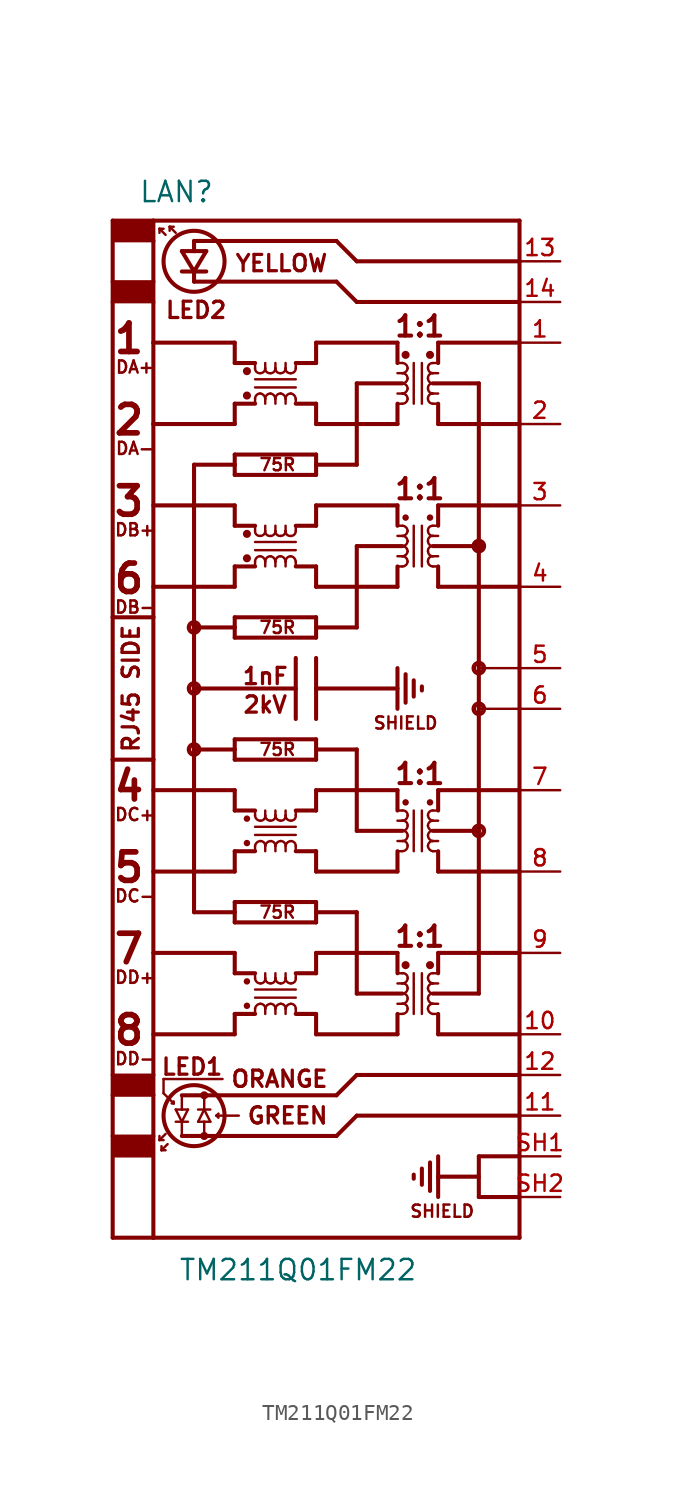
<source format=kicad_sym>
(kicad_symbol_lib
  (version 20211014)
  (generator kicad_symbol_editor)
  (symbol "TM211Q01FM22"
    (pin_names
      (offset 1.016) hide)
    (property "Reference" "LAN"
      (at -6.35 33.02 0)
      (effects (font (size 1.27 1.27)) (justify right top)))
    (property "Value" "TM211Q01FM22"
      (at 6.35 -34.29 0)
      (effects (font (size 1.27 1.27)) (justify right top)))
    (property "Datasheet" ""
      (at 0 0 0)
      (effects (font (size 1.524 1.524))))
    (symbol "TM211Q01FM22_1_0"
      (polyline (pts (xy -12.7 -33.02) (xy -10.16 -33.02)) (stroke (width 0.254) (type default) (color 0 0 0 0)) (fill (type none)))
      (polyline (pts (xy -12.7 -26.67) (xy -12.7 -33.02)) (stroke (width 0.254) (type default) (color 0 0 0 0)) (fill (type none)))
      (polyline (pts (xy -12.7 -24.13) (xy -12.7 -26.67)) (stroke (width 0.254) (type default) (color 0 0 0 0)) (fill (type none)))
      (polyline (pts (xy -12.7 -22.86) (xy -12.7 -24.13)) (stroke (width 0.254) (type default) (color 0 0 0 0)) (fill (type none)))
      (polyline (pts (xy -12.7 -22.86) (xy -10.16 -22.86)) (stroke (width 0) (type default) (color 0 0 0 0)) (fill (type none)))
      (polyline (pts (xy -12.7 -3.175) (xy -12.7 -22.86)) (stroke (width 0.254) (type default) (color 0 0 0 0)) (fill (type none)))
      (polyline (pts (xy -12.7 -3.175) (xy -10.16 -3.175)) (stroke (width 0.254) (type default) (color 0 0 0 0)) (fill (type none)))
      (polyline (pts (xy -12.7 5.715) (xy -12.7 -3.175)) (stroke (width 0.254) (type default) (color 0 0 0 0)) (fill (type none)))
      (polyline (pts (xy -12.7 5.715) (xy -10.16 5.715)) (stroke (width 0.254) (type default) (color 0 0 0 0)) (fill (type none)))
      (polyline (pts (xy -12.7 25.4) (xy -12.7 5.715)) (stroke (width 0.254) (type default) (color 0 0 0 0)) (fill (type none)))
      (polyline (pts (xy -12.7 26.67) (xy -12.7 25.4)) (stroke (width 0.254) (type default) (color 0 0 0 0)) (fill (type none)))
      (polyline (pts (xy -12.7 30.48) (xy -12.7 26.67)) (stroke (width 0.254) (type default) (color 0 0 0 0)) (fill (type none)))
      (polyline (pts (xy -10.16 -33.02) (xy -10.16 -26.67)) (stroke (width 0.254) (type default) (color 0 0 0 0)) (fill (type none)))
      (polyline (pts (xy -10.16 -26.67) (xy -12.7 -26.67)) (stroke (width 0) (type default) (color 0 0 0 0)) (fill (type none)))
      (polyline (pts (xy -10.16 -26.67) (xy -10.16 -24.13)) (stroke (width 0.254) (type default) (color 0 0 0 0)) (fill (type none)))
      (polyline (pts (xy -10.16 -24.13) (xy -12.7 -24.13)) (stroke (width 0) (type default) (color 0 0 0 0)) (fill (type none)))
      (polyline (pts (xy -10.16 -24.13) (xy -10.16 -22.86)) (stroke (width 0.254) (type default) (color 0 0 0 0)) (fill (type none)))
      (polyline (pts (xy -10.16 -22.86) (xy -10.16 -3.175)) (stroke (width 0.254) (type default) (color 0 0 0 0)) (fill (type none)))
      (polyline (pts (xy -10.16 -20.32) (xy -5.08 -20.32)) (stroke (width 0.254) (type default) (color 0 0 0 0)) (fill (type none)))
      (polyline (pts (xy -10.16 -15.24) (xy -5.08 -15.24)) (stroke (width 0.254) (type default) (color 0 0 0 0)) (fill (type none)))
      (polyline (pts (xy -10.16 -10.16) (xy -5.08 -10.16)) (stroke (width 0.254) (type default) (color 0 0 0 0)) (fill (type none)))
      (polyline (pts (xy -10.16 -5.08) (xy -5.08 -5.08)) (stroke (width 0.254) (type default) (color 0 0 0 0)) (fill (type none)))
      (polyline (pts (xy -10.16 -3.175) (xy -10.16 5.715)) (stroke (width 0.254) (type default) (color 0 0 0 0)) (fill (type none)))
      (polyline (pts (xy -10.16 5.715) (xy -10.16 17.78)) (stroke (width 0.254) (type default) (color 0 0 0 0)) (fill (type none)))
      (polyline (pts (xy -10.16 7.62) (xy -5.08 7.62)) (stroke (width 0.254) (type default) (color 0 0 0 0)) (fill (type none)))
      (polyline (pts (xy -10.16 12.7) (xy -5.08 12.7)) (stroke (width 0.254) (type default) (color 0 0 0 0)) (fill (type none)))
      (polyline (pts (xy -10.16 17.78) (xy -10.16 22.86)) (stroke (width 0.254) (type default) (color 0 0 0 0)) (fill (type none)))
      (polyline (pts (xy -10.16 17.78) (xy -5.08 17.78)) (stroke (width 0.254) (type default) (color 0 0 0 0)) (fill (type none)))
      (polyline (pts (xy -10.16 22.86) (xy -10.16 25.4)) (stroke (width 0.254) (type default) (color 0 0 0 0)) (fill (type none)))
      (polyline (pts (xy -10.16 22.86) (xy -5.08 22.86)) (stroke (width 0.254) (type default) (color 0 0 0 0)) (fill (type none)))
      (polyline (pts (xy -10.16 25.4) (xy -12.7 25.4)) (stroke (width 0) (type default) (color 0 0 0 0)) (fill (type none)))
      (polyline (pts (xy -10.16 25.4) (xy -10.16 26.67)) (stroke (width 0.254) (type default) (color 0 0 0 0)) (fill (type none)))
      (polyline (pts (xy -10.16 26.67) (xy -12.7 26.67)) (stroke (width 0) (type default) (color 0 0 0 0)) (fill (type none)))
      (polyline (pts (xy -10.16 26.67) (xy -10.16 29.21)) (stroke (width 0.254) (type default) (color 0 0 0 0)) (fill (type none)))
      (polyline (pts (xy -10.16 29.21) (xy -12.7 29.21)) (stroke (width 0) (type default) (color 0 0 0 0)) (fill (type none)))
      (polyline (pts (xy -10.16 29.21) (xy -10.16 30.48)) (stroke (width 0.254) (type default) (color 0 0 0 0)) (fill (type none)))
      (polyline (pts (xy -10.16 30.48) (xy -12.7 30.48)) (stroke (width 0.254) (type default) (color 0 0 0 0)) (fill (type none)))
      (polyline (pts (xy -10.16 30.48) (xy 12.7 30.48)) (stroke (width 0.254) (type default) (color 0 0 0 0)) (fill (type none)))
      (polyline (pts (xy -9.779 -26.924) (xy -9.779 -26.67)) (stroke (width 0) (type default) (color 0 0 0 0)) (fill (type none)))
      (polyline (pts (xy -9.779 -26.924) (xy -9.525 -26.924)) (stroke (width 0) (type default) (color 0 0 0 0)) (fill (type none)))
      (polyline (pts (xy -9.779 29.972) (xy -9.779 29.718)) (stroke (width 0) (type default) (color 0 0 0 0)) (fill (type none)))
      (polyline (pts (xy -9.652 -27.559) (xy -9.398 -27.559)) (stroke (width 0) (type default) (color 0 0 0 0)) (fill (type none)))
      (polyline (pts (xy -9.652 -27.305) (xy -9.652 -27.559)) (stroke (width 0) (type default) (color 0 0 0 0)) (fill (type none)))
      (polyline (pts (xy -9.525 -24.003) (xy -9.525 -23.114)) (stroke (width 0) (type default) (color 0 0 0 0)) (fill (type none)))
      (polyline (pts (xy -9.525 -23.114) (xy -5.842 -23.114)) (stroke (width 0) (type default) (color 0 0 0 0)) (fill (type none)))
      (polyline (pts (xy -9.525 29.972) (xy -9.779 29.972)) (stroke (width 0) (type default) (color 0 0 0 0)) (fill (type none)))
      (polyline (pts (xy -9.398 -26.543) (xy -9.779 -26.924)) (stroke (width 0) (type default) (color 0 0 0 0)) (fill (type none)))
      (polyline (pts (xy -9.398 29.591) (xy -9.779 29.972)) (stroke (width 0) (type default) (color 0 0 0 0)) (fill (type none)))
      (polyline (pts (xy -9.271 -27.178) (xy -9.652 -27.559)) (stroke (width 0) (type default) (color 0 0 0 0)) (fill (type none)))
      (polyline (pts (xy -9.144 30.099) (xy -9.144 29.845)) (stroke (width 0) (type default) (color 0 0 0 0)) (fill (type none)))
      (polyline (pts (xy -9.144 30.099) (xy -8.89 30.099)) (stroke (width 0) (type default) (color 0 0 0 0)) (fill (type none)))
      (polyline (pts (xy -8.89 -24.638) (xy -9.525 -24.003)) (stroke (width 0) (type default) (color 0 0 0 0)) (fill (type none)))
      (polyline (pts (xy -8.89 -24.638) (xy -9.017 -24.638)) (stroke (width 0) (type default) (color 0 0 0 0)) (fill (type none)))
      (polyline (pts (xy -8.89 -24.511) (xy -8.89 -24.638)) (stroke (width 0) (type default) (color 0 0 0 0)) (fill (type none)))
      (polyline (pts (xy -8.763 -25.781) (xy -8.382 -25.781)) (stroke (width 0) (type default) (color 0 0 0 0)) (fill (type none)))
      (polyline (pts (xy -8.763 -25.019) (xy -8.382 -25.781)) (stroke (width 0) (type default) (color 0 0 0 0)) (fill (type none)))
      (polyline (pts (xy -8.763 -25.019) (xy -8.382 -25.019)) (stroke (width 0) (type default) (color 0 0 0 0)) (fill (type none)))
      (polyline (pts (xy -8.763 29.718) (xy -9.144 30.099)) (stroke (width 0) (type default) (color 0 0 0 0)) (fill (type none)))
      (polyline (pts (xy -8.382 -26.67) (xy -6.985 -26.67)) (stroke (width 0.254) (type default) (color 0 0 0 0)) (fill (type none)))
      (polyline (pts (xy -8.382 -25.781) (xy -8.382 -26.67)) (stroke (width 0) (type default) (color 0 0 0 0)) (fill (type none)))
      (polyline (pts (xy -8.382 -25.781) (xy -8.001 -25.781)) (stroke (width 0) (type default) (color 0 0 0 0)) (fill (type none)))
      (polyline (pts (xy -8.382 -25.781) (xy -8.001 -25.019)) (stroke (width 0) (type default) (color 0 0 0 0)) (fill (type none)))
      (polyline (pts (xy -8.382 -25.019) (xy -8.382 -24.13)) (stroke (width 0) (type default) (color 0 0 0 0)) (fill (type none)))
      (polyline (pts (xy -8.382 -25.019) (xy -8.001 -25.019)) (stroke (width 0) (type default) (color 0 0 0 0)) (fill (type none)))
      (polyline (pts (xy -8.382 -24.13) (xy -6.985 -24.13)) (stroke (width 0.254) (type default) (color 0 0 0 0)) (fill (type none)))
      (polyline (pts (xy -7.62 -12.7) (xy -7.62 -2.54)) (stroke (width 0.254) (type default) (color 0 0 0 0)) (fill (type none)))
      (polyline (pts (xy -7.62 -2.54) (xy -7.62 1.27)) (stroke (width 0.254) (type default) (color 0 0 0 0)) (fill (type none)))
      (polyline (pts (xy -7.62 1.27) (xy -7.62 5.08)) (stroke (width 0.254) (type default) (color 0 0 0 0)) (fill (type none)))
      (polyline (pts (xy -7.62 1.27) (xy -1.27 1.27)) (stroke (width 0.254) (type default) (color 0 0 0 0)) (fill (type none)))
      (polyline (pts (xy -7.62 15.24) (xy -7.62 5.08)) (stroke (width 0.254) (type default) (color 0 0 0 0)) (fill (type none)))
      (polyline (pts (xy -7.62 26.67) (xy 1.27 26.67)) (stroke (width 0.254) (type default) (color 0 0 0 0)) (fill (type none)))
      (polyline (pts (xy -7.62 27.305) (xy -8.382 27.305)) (stroke (width 0.254) (type default) (color 0 0 0 0)) (fill (type none)))
      (polyline (pts (xy -7.62 27.305) (xy -8.382 28.575)) (stroke (width 0.254) (type default) (color 0 0 0 0)) (fill (type none)))
      (polyline (pts (xy -7.62 27.305) (xy -7.62 26.67)) (stroke (width 0.254) (type default) (color 0 0 0 0)) (fill (type none)))
      (polyline (pts (xy -7.62 28.575) (xy -8.382 28.575)) (stroke (width 0.254) (type default) (color 0 0 0 0)) (fill (type none)))
      (polyline (pts (xy -7.62 28.575) (xy -7.62 29.21)) (stroke (width 0.254) (type default) (color 0 0 0 0)) (fill (type none)))
      (polyline (pts (xy -7.62 29.21) (xy 1.27 29.21)) (stroke (width 0.254) (type default) (color 0 0 0 0)) (fill (type none)))
      (polyline (pts (xy -7.366 -25.781) (xy -6.985 -25.781)) (stroke (width 0) (type default) (color 0 0 0 0)) (fill (type none)))
      (polyline (pts (xy -7.366 -25.781) (xy -6.985 -25.019)) (stroke (width 0) (type default) (color 0 0 0 0)) (fill (type none)))
      (polyline (pts (xy -7.366 -25.019) (xy -6.985 -25.019)) (stroke (width 0) (type default) (color 0 0 0 0)) (fill (type none)))
      (polyline (pts (xy -6.985 -26.67) (xy 1.27 -26.67)) (stroke (width 0.254) (type default) (color 0 0 0 0)) (fill (type none)))
      (polyline (pts (xy -6.985 -25.781) (xy -6.985 -26.67)) (stroke (width 0) (type default) (color 0 0 0 0)) (fill (type none)))
      (polyline (pts (xy -6.985 -25.781) (xy -6.604 -25.781)) (stroke (width 0) (type default) (color 0 0 0 0)) (fill (type none)))
      (polyline (pts (xy -6.985 -25.019) (xy -6.985 -24.13)) (stroke (width 0) (type default) (color 0 0 0 0)) (fill (type none)))
      (polyline (pts (xy -6.985 -25.019) (xy -6.604 -25.781)) (stroke (width 0) (type default) (color 0 0 0 0)) (fill (type none)))
      (polyline (pts (xy -6.985 -25.019) (xy -6.604 -25.019)) (stroke (width 0) (type default) (color 0 0 0 0)) (fill (type none)))
      (polyline (pts (xy -6.985 -24.13) (xy 1.27 -24.13)) (stroke (width 0.254) (type default) (color 0 0 0 0)) (fill (type none)))
      (polyline (pts (xy -6.858 27.305) (xy -7.62 27.305)) (stroke (width 0.254) (type default) (color 0 0 0 0)) (fill (type none)))
      (polyline (pts (xy -6.858 28.575) (xy -7.62 27.305)) (stroke (width 0.254) (type default) (color 0 0 0 0)) (fill (type none)))
      (polyline (pts (xy -6.858 28.575) (xy -7.62 28.575)) (stroke (width 0.254) (type default) (color 0 0 0 0)) (fill (type none)))
      (polyline (pts (xy -6.223 -25.4) (xy -6.096 -25.527)) (stroke (width 0) (type default) (color 0 0 0 0)) (fill (type none)))
      (polyline (pts (xy -6.223 -25.4) (xy -4.826 -25.4)) (stroke (width 0) (type default) (color 0 0 0 0)) (fill (type none)))
      (polyline (pts (xy -6.096 -25.273) (xy -6.223 -25.4)) (stroke (width 0) (type default) (color 0 0 0 0)) (fill (type none)))
      (polyline (pts (xy -5.08 -20.32) (xy -5.08 -19.05)) (stroke (width 0.254) (type default) (color 0 0 0 0)) (fill (type none)))
      (polyline (pts (xy -5.08 -19.05) (xy -3.81 -19.05)) (stroke (width 0.254) (type default) (color 0 0 0 0)) (fill (type none)))
      (polyline (pts (xy -5.08 -16.51) (xy -3.81 -16.51)) (stroke (width 0.254) (type default) (color 0 0 0 0)) (fill (type none)))
      (polyline (pts (xy -5.08 -15.24) (xy -5.08 -16.51)) (stroke (width 0.254) (type default) (color 0 0 0 0)) (fill (type none)))
      (polyline (pts (xy -5.08 -13.335) (xy -5.08 -12.7)) (stroke (width 0.254) (type default) (color 0 0 0 0)) (fill (type none)))
      (polyline (pts (xy -5.08 -12.7) (xy -7.62 -12.7)) (stroke (width 0.254) (type default) (color 0 0 0 0)) (fill (type none)))
      (polyline (pts (xy -5.08 -12.7) (xy -5.08 -12.065)) (stroke (width 0.254) (type default) (color 0 0 0 0)) (fill (type none)))
      (polyline (pts (xy -5.08 -12.065) (xy 0 -12.065)) (stroke (width 0.254) (type default) (color 0 0 0 0)) (fill (type none)))
      (polyline (pts (xy -5.08 -10.16) (xy -5.08 -8.89)) (stroke (width 0.254) (type default) (color 0 0 0 0)) (fill (type none)))
      (polyline (pts (xy -5.08 -8.89) (xy -3.81 -8.89)) (stroke (width 0.254) (type default) (color 0 0 0 0)) (fill (type none)))
      (polyline (pts (xy -5.08 -6.35) (xy -3.81 -6.35)) (stroke (width 0.254) (type default) (color 0 0 0 0)) (fill (type none)))
      (polyline (pts (xy -5.08 -5.08) (xy -5.08 -6.35)) (stroke (width 0.254) (type default) (color 0 0 0 0)) (fill (type none)))
      (polyline (pts (xy -5.08 -3.175) (xy -5.08 -2.54)) (stroke (width 0.254) (type default) (color 0 0 0 0)) (fill (type none)))
      (polyline (pts (xy -5.08 -2.54) (xy -7.62 -2.54)) (stroke (width 0.254) (type default) (color 0 0 0 0)) (fill (type none)))
      (polyline (pts (xy -5.08 -2.54) (xy -5.08 -1.905)) (stroke (width 0.254) (type default) (color 0 0 0 0)) (fill (type none)))
      (polyline (pts (xy -5.08 -1.905) (xy 0 -1.905)) (stroke (width 0.254) (type default) (color 0 0 0 0)) (fill (type none)))
      (polyline (pts (xy -5.08 4.445) (xy -5.08 5.08)) (stroke (width 0.254) (type default) (color 0 0 0 0)) (fill (type none)))
      (polyline (pts (xy -5.08 5.08) (xy -7.62 5.08)) (stroke (width 0.254) (type default) (color 0 0 0 0)) (fill (type none)))
      (polyline (pts (xy -5.08 5.08) (xy -5.08 5.715)) (stroke (width 0.254) (type default) (color 0 0 0 0)) (fill (type none)))
      (polyline (pts (xy -5.08 5.715) (xy 0 5.715)) (stroke (width 0.254) (type default) (color 0 0 0 0)) (fill (type none)))
      (polyline (pts (xy -5.08 7.62) (xy -5.08 8.89)) (stroke (width 0.254) (type default) (color 0 0 0 0)) (fill (type none)))
      (polyline (pts (xy -5.08 8.89) (xy -3.81 8.89)) (stroke (width 0.254) (type default) (color 0 0 0 0)) (fill (type none)))
      (polyline (pts (xy -5.08 11.43) (xy -3.81 11.43)) (stroke (width 0.254) (type default) (color 0 0 0 0)) (fill (type none)))
      (polyline (pts (xy -5.08 12.7) (xy -5.08 11.43)) (stroke (width 0.254) (type default) (color 0 0 0 0)) (fill (type none)))
      (polyline (pts (xy -5.08 14.605) (xy -5.08 15.24)) (stroke (width 0.254) (type default) (color 0 0 0 0)) (fill (type none)))
      (polyline (pts (xy -5.08 15.24) (xy -7.62 15.24)) (stroke (width 0.254) (type default) (color 0 0 0 0)) (fill (type none)))
      (polyline (pts (xy -5.08 15.24) (xy -5.08 15.875)) (stroke (width 0.254) (type default) (color 0 0 0 0)) (fill (type none)))
      (polyline (pts (xy -5.08 15.875) (xy 0 15.875)) (stroke (width 0.254) (type default) (color 0 0 0 0)) (fill (type none)))
      (polyline (pts (xy -5.08 17.78) (xy -5.08 19.05)) (stroke (width 0.254) (type default) (color 0 0 0 0)) (fill (type none)))
      (polyline (pts (xy -5.08 19.05) (xy -3.81 19.05)) (stroke (width 0.254) (type default) (color 0 0 0 0)) (fill (type none)))
      (polyline (pts (xy -5.08 21.59) (xy -3.81 21.59)) (stroke (width 0.254) (type default) (color 0 0 0 0)) (fill (type none)))
      (polyline (pts (xy -5.08 22.86) (xy -5.08 21.59)) (stroke (width 0.254) (type default) (color 0 0 0 0)) (fill (type none)))
      (polyline (pts (xy -3.81 -19.05) (xy -3.81 -18.72)) (stroke (width 0) (type default) (color 0 0 0 0)) (fill (type none)))
      (polyline (pts (xy -3.81 -18.034) (xy -1.27 -18.034)) (stroke (width 0) (type default) (color 0 0 0 0)) (fill (type none)))
      (polyline (pts (xy -3.81 -17.526) (xy -1.27 -17.526)) (stroke (width 0) (type default) (color 0 0 0 0)) (fill (type none)))
      (polyline (pts (xy -3.81 -16.51) (xy -3.81 -16.815)) (stroke (width 0) (type default) (color 0 0 0 0)) (fill (type none)))
      (polyline (pts (xy -3.81 -8.89) (xy -3.81 -8.56)) (stroke (width 0) (type default) (color 0 0 0 0)) (fill (type none)))
      (polyline (pts (xy -3.81 -7.874) (xy -1.27 -7.874)) (stroke (width 0) (type default) (color 0 0 0 0)) (fill (type none)))
      (polyline (pts (xy -3.81 -7.366) (xy -1.27 -7.366)) (stroke (width 0) (type default) (color 0 0 0 0)) (fill (type none)))
      (polyline (pts (xy -3.81 -6.35) (xy -3.81 -6.655)) (stroke (width 0) (type default) (color 0 0 0 0)) (fill (type none)))
      (polyline (pts (xy -3.81 8.89) (xy -3.81 9.195)) (stroke (width 0) (type default) (color 0 0 0 0)) (fill (type none)))
      (polyline (pts (xy -3.81 9.906) (xy -1.27 9.906)) (stroke (width 0) (type default) (color 0 0 0 0)) (fill (type none)))
      (polyline (pts (xy -3.81 10.414) (xy -1.27 10.414)) (stroke (width 0) (type default) (color 0 0 0 0)) (fill (type none)))
      (polyline (pts (xy -3.81 11.43) (xy -3.81 11.1)) (stroke (width 0) (type default) (color 0 0 0 0)) (fill (type none)))
      (polyline (pts (xy -3.81 19.05) (xy -3.81 19.355)) (stroke (width 0) (type default) (color 0 0 0 0)) (fill (type none)))
      (polyline (pts (xy -3.81 20.066) (xy -1.27 20.066)) (stroke (width 0) (type default) (color 0 0 0 0)) (fill (type none)))
      (polyline (pts (xy -3.81 20.574) (xy -1.27 20.574)) (stroke (width 0) (type default) (color 0 0 0 0)) (fill (type none)))
      (polyline (pts (xy -3.81 21.59) (xy -3.81 21.26)) (stroke (width 0) (type default) (color 0 0 0 0)) (fill (type none)))
      (polyline (pts (xy -3.175 -19.05) (xy -3.175 -18.72)) (stroke (width 0) (type default) (color 0 0 0 0)) (fill (type none)))
      (polyline (pts (xy -3.175 -16.51) (xy -3.175 -16.815)) (stroke (width 0) (type default) (color 0 0 0 0)) (fill (type none)))
      (polyline (pts (xy -3.175 -8.89) (xy -3.175 -8.56)) (stroke (width 0) (type default) (color 0 0 0 0)) (fill (type none)))
      (polyline (pts (xy -3.175 -6.35) (xy -3.175 -6.655)) (stroke (width 0) (type default) (color 0 0 0 0)) (fill (type none)))
      (polyline (pts (xy -3.175 8.89) (xy -3.175 9.195)) (stroke (width 0) (type default) (color 0 0 0 0)) (fill (type none)))
      (polyline (pts (xy -3.175 11.43) (xy -3.175 11.1)) (stroke (width 0) (type default) (color 0 0 0 0)) (fill (type none)))
      (polyline (pts (xy -3.175 19.05) (xy -3.175 19.355)) (stroke (width 0) (type default) (color 0 0 0 0)) (fill (type none)))
      (polyline (pts (xy -3.175 21.59) (xy -3.175 21.26)) (stroke (width 0) (type default) (color 0 0 0 0)) (fill (type none)))
      (polyline (pts (xy -2.54 -19.05) (xy -2.54 -18.72)) (stroke (width 0) (type default) (color 0 0 0 0)) (fill (type none)))
      (polyline (pts (xy -2.54 -16.51) (xy -2.54 -16.815)) (stroke (width 0) (type default) (color 0 0 0 0)) (fill (type none)))
      (polyline (pts (xy -2.54 -8.89) (xy -2.54 -8.56)) (stroke (width 0) (type default) (color 0 0 0 0)) (fill (type none)))
      (polyline (pts (xy -2.54 -6.35) (xy -2.54 -6.655)) (stroke (width 0) (type default) (color 0 0 0 0)) (fill (type none)))
      (polyline (pts (xy -2.54 8.89) (xy -2.54 9.195)) (stroke (width 0) (type default) (color 0 0 0 0)) (fill (type none)))
      (polyline (pts (xy -2.54 11.43) (xy -2.54 11.1)) (stroke (width 0) (type default) (color 0 0 0 0)) (fill (type none)))
      (polyline (pts (xy -2.54 19.05) (xy -2.54 19.355)) (stroke (width 0) (type default) (color 0 0 0 0)) (fill (type none)))
      (polyline (pts (xy -2.54 21.59) (xy -2.54 21.26)) (stroke (width 0) (type default) (color 0 0 0 0)) (fill (type none)))
      (polyline (pts (xy -1.905 -19.05) (xy -1.905 -18.72)) (stroke (width 0) (type default) (color 0 0 0 0)) (fill (type none)))
      (polyline (pts (xy -1.905 -16.51) (xy -1.905 -16.815)) (stroke (width 0) (type default) (color 0 0 0 0)) (fill (type none)))
      (polyline (pts (xy -1.905 -8.89) (xy -1.905 -8.56)) (stroke (width 0) (type default) (color 0 0 0 0)) (fill (type none)))
      (polyline (pts (xy -1.905 -6.35) (xy -1.905 -6.655)) (stroke (width 0) (type default) (color 0 0 0 0)) (fill (type none)))
      (polyline (pts (xy -1.905 8.89) (xy -1.905 9.195)) (stroke (width 0) (type default) (color 0 0 0 0)) (fill (type none)))
      (polyline (pts (xy -1.905 11.43) (xy -1.905 11.1)) (stroke (width 0) (type default) (color 0 0 0 0)) (fill (type none)))
      (polyline (pts (xy -1.905 19.05) (xy -1.905 19.355)) (stroke (width 0) (type default) (color 0 0 0 0)) (fill (type none)))
      (polyline (pts (xy -1.905 21.59) (xy -1.905 21.26)) (stroke (width 0) (type default) (color 0 0 0 0)) (fill (type none)))
      (polyline (pts (xy -1.27 -18.72) (xy -1.27 -19.05)) (stroke (width 0) (type default) (color 0 0 0 0)) (fill (type none)))
      (polyline (pts (xy -1.27 -16.815) (xy -1.27 -16.51)) (stroke (width 0) (type default) (color 0 0 0 0)) (fill (type none)))
      (polyline (pts (xy -1.27 -8.56) (xy -1.27 -8.89)) (stroke (width 0) (type default) (color 0 0 0 0)) (fill (type none)))
      (polyline (pts (xy -1.27 -6.655) (xy -1.27 -6.35)) (stroke (width 0) (type default) (color 0 0 0 0)) (fill (type none)))
      (polyline (pts (xy -1.27 3.175) (xy -1.27 -0.635)) (stroke (width 0.254) (type default) (color 0 0 0 0)) (fill (type none)))
      (polyline (pts (xy -1.27 9.195) (xy -1.27 8.89)) (stroke (width 0) (type default) (color 0 0 0 0)) (fill (type none)))
      (polyline (pts (xy -1.27 11.1) (xy -1.27 11.43)) (stroke (width 0) (type default) (color 0 0 0 0)) (fill (type none)))
      (polyline (pts (xy -1.27 19.355) (xy -1.27 19.05)) (stroke (width 0) (type default) (color 0 0 0 0)) (fill (type none)))
      (polyline (pts (xy -1.27 21.26) (xy -1.27 21.59)) (stroke (width 0) (type default) (color 0 0 0 0)) (fill (type none)))
      (polyline (pts (xy 0 -20.32) (xy 5.08 -20.32)) (stroke (width 0.254) (type default) (color 0 0 0 0)) (fill (type none)))
      (polyline (pts (xy 0 -19.05) (xy -1.27 -19.05)) (stroke (width 0.254) (type default) (color 0 0 0 0)) (fill (type none)))
      (polyline (pts (xy 0 -19.05) (xy 0 -20.32)) (stroke (width 0.254) (type default) (color 0 0 0 0)) (fill (type none)))
      (polyline (pts (xy 0 -16.51) (xy -1.27 -16.51)) (stroke (width 0.254) (type default) (color 0 0 0 0)) (fill (type none)))
      (polyline (pts (xy 0 -16.51) (xy 0 -15.24)) (stroke (width 0.254) (type default) (color 0 0 0 0)) (fill (type none)))
      (polyline (pts (xy 0 -15.24) (xy 5.08 -15.24)) (stroke (width 0.254) (type default) (color 0 0 0 0)) (fill (type none)))
      (polyline (pts (xy 0 -13.335) (xy -5.08 -13.335)) (stroke (width 0.254) (type default) (color 0 0 0 0)) (fill (type none)))
      (polyline (pts (xy 0 -12.065) (xy 0 -13.335)) (stroke (width 0.254) (type default) (color 0 0 0 0)) (fill (type none)))
      (polyline (pts (xy 0 -10.16) (xy 5.08 -10.16)) (stroke (width 0.254) (type default) (color 0 0 0 0)) (fill (type none)))
      (polyline (pts (xy 0 -8.89) (xy -1.27 -8.89)) (stroke (width 0.254) (type default) (color 0 0 0 0)) (fill (type none)))
      (polyline (pts (xy 0 -8.89) (xy 0 -10.16)) (stroke (width 0.254) (type default) (color 0 0 0 0)) (fill (type none)))
      (polyline (pts (xy 0 -6.35) (xy -1.27 -6.35)) (stroke (width 0.254) (type default) (color 0 0 0 0)) (fill (type none)))
      (polyline (pts (xy 0 -6.35) (xy 0 -5.08)) (stroke (width 0.254) (type default) (color 0 0 0 0)) (fill (type none)))
      (polyline (pts (xy 0 -5.08) (xy 5.08 -5.08)) (stroke (width 0.254) (type default) (color 0 0 0 0)) (fill (type none)))
      (polyline (pts (xy 0 -3.175) (xy -5.08 -3.175)) (stroke (width 0.254) (type default) (color 0 0 0 0)) (fill (type none)))
      (polyline (pts (xy 0 -1.905) (xy 0 -3.175)) (stroke (width 0.254) (type default) (color 0 0 0 0)) (fill (type none)))
      (polyline (pts (xy 0 1.27) (xy 0 -0.635)) (stroke (width 0.254) (type default) (color 0 0 0 0)) (fill (type none)))
      (polyline (pts (xy 0 1.27) (xy 5.08 1.27)) (stroke (width 0.254) (type default) (color 0 0 0 0)) (fill (type none)))
      (polyline (pts (xy 0 3.175) (xy 0 1.27)) (stroke (width 0.254) (type default) (color 0 0 0 0)) (fill (type none)))
      (polyline (pts (xy 0 4.445) (xy -5.08 4.445)) (stroke (width 0.254) (type default) (color 0 0 0 0)) (fill (type none)))
      (polyline (pts (xy 0 5.715) (xy 0 4.445)) (stroke (width 0.254) (type default) (color 0 0 0 0)) (fill (type none)))
      (polyline (pts (xy 0 7.62) (xy 5.08 7.62)) (stroke (width 0.254) (type default) (color 0 0 0 0)) (fill (type none)))
      (polyline (pts (xy 0 8.89) (xy -1.27 8.89)) (stroke (width 0.254) (type default) (color 0 0 0 0)) (fill (type none)))
      (polyline (pts (xy 0 8.89) (xy 0 7.62)) (stroke (width 0.254) (type default) (color 0 0 0 0)) (fill (type none)))
      (polyline (pts (xy 0 11.43) (xy -1.27 11.43)) (stroke (width 0.254) (type default) (color 0 0 0 0)) (fill (type none)))
      (polyline (pts (xy 0 11.43) (xy 0 12.7)) (stroke (width 0.254) (type default) (color 0 0 0 0)) (fill (type none)))
      (polyline (pts (xy 0 12.7) (xy 5.08 12.7)) (stroke (width 0.254) (type default) (color 0 0 0 0)) (fill (type none)))
      (polyline (pts (xy 0 14.605) (xy -5.08 14.605)) (stroke (width 0.254) (type default) (color 0 0 0 0)) (fill (type none)))
      (polyline (pts (xy 0 15.875) (xy 0 14.605)) (stroke (width 0.254) (type default) (color 0 0 0 0)) (fill (type none)))
      (polyline (pts (xy 0 17.78) (xy 5.08 17.78)) (stroke (width 0.254) (type default) (color 0 0 0 0)) (fill (type none)))
      (polyline (pts (xy 0 19.05) (xy -1.27 19.05)) (stroke (width 0.254) (type default) (color 0 0 0 0)) (fill (type none)))
      (polyline (pts (xy 0 19.05) (xy 0 17.78)) (stroke (width 0.254) (type default) (color 0 0 0 0)) (fill (type none)))
      (polyline (pts (xy 0 21.59) (xy -1.27 21.59)) (stroke (width 0.254) (type default) (color 0 0 0 0)) (fill (type none)))
      (polyline (pts (xy 0 21.59) (xy 0 22.86)) (stroke (width 0.254) (type default) (color 0 0 0 0)) (fill (type none)))
      (polyline (pts (xy 0 22.86) (xy 5.08 22.86)) (stroke (width 0.254) (type default) (color 0 0 0 0)) (fill (type none)))
      (polyline (pts (xy 1.27 -26.67) (xy 2.54 -25.4)) (stroke (width 0.254) (type default) (color 0 0 0 0)) (fill (type none)))
      (polyline (pts (xy 1.27 -24.13) (xy 2.54 -22.86)) (stroke (width 0.254) (type default) (color 0 0 0 0)) (fill (type none)))
      (polyline (pts (xy 1.27 26.67) (xy 2.54 25.4)) (stroke (width 0.254) (type default) (color 0 0 0 0)) (fill (type none)))
      (polyline (pts (xy 1.27 29.21) (xy 2.54 27.94)) (stroke (width 0.254) (type default) (color 0 0 0 0)) (fill (type none)))
      (polyline (pts (xy 2.54 -25.4) (xy 12.7 -25.4)) (stroke (width 0.254) (type default) (color 0 0 0 0)) (fill (type none)))
      (polyline (pts (xy 2.54 -22.86) (xy 12.7 -22.86)) (stroke (width 0.254) (type default) (color 0 0 0 0)) (fill (type none)))
      (polyline (pts (xy 2.54 -17.78) (xy 2.54 -12.7)) (stroke (width 0.254) (type default) (color 0 0 0 0)) (fill (type none)))
      (polyline (pts (xy 2.54 -12.7) (xy 0 -12.7)) (stroke (width 0.254) (type default) (color 0 0 0 0)) (fill (type none)))
      (polyline (pts (xy 2.54 -7.62) (xy 2.54 -2.54)) (stroke (width 0.254) (type default) (color 0 0 0 0)) (fill (type none)))
      (polyline (pts (xy 2.54 -2.54) (xy 0 -2.54)) (stroke (width 0.254) (type default) (color 0 0 0 0)) (fill (type none)))
      (polyline (pts (xy 2.54 5.08) (xy 0 5.08)) (stroke (width 0.254) (type default) (color 0 0 0 0)) (fill (type none)))
      (polyline (pts (xy 2.54 10.16) (xy 2.54 5.08)) (stroke (width 0.254) (type default) (color 0 0 0 0)) (fill (type none)))
      (polyline (pts (xy 2.54 15.24) (xy 0 15.24)) (stroke (width 0.254) (type default) (color 0 0 0 0)) (fill (type none)))
      (polyline (pts (xy 2.54 20.32) (xy 2.54 15.24)) (stroke (width 0.254) (type default) (color 0 0 0 0)) (fill (type none)))
      (polyline (pts (xy 2.54 25.4) (xy 12.7 25.4)) (stroke (width 0.254) (type default) (color 0 0 0 0)) (fill (type none)))
      (polyline (pts (xy 2.54 27.94) (xy 12.7 27.94)) (stroke (width 0.254) (type default) (color 0 0 0 0)) (fill (type none)))
      (polyline (pts (xy 5.08 -20.32) (xy 5.08 -19.05)) (stroke (width 0.254) (type default) (color 0 0 0 0)) (fill (type none)))
      (polyline (pts (xy 5.08 -18.415) (xy 5.385 -18.415)) (stroke (width 0) (type default) (color 0 0 0 0)) (fill (type none)))
      (polyline (pts (xy 5.08 -17.145) (xy 5.385 -17.145)) (stroke (width 0) (type default) (color 0 0 0 0)) (fill (type none)))
      (polyline (pts (xy 5.08 -16.51) (xy 5.385 -16.51)) (stroke (width 0) (type default) (color 0 0 0 0)) (fill (type none)))
      (polyline (pts (xy 5.08 -15.24) (xy 5.08 -16.51)) (stroke (width 0.254) (type default) (color 0 0 0 0)) (fill (type none)))
      (polyline (pts (xy 5.08 -10.16) (xy 5.08 -8.89)) (stroke (width 0.254) (type default) (color 0 0 0 0)) (fill (type none)))
      (polyline (pts (xy 5.08 -8.255) (xy 5.385 -8.255)) (stroke (width 0) (type default) (color 0 0 0 0)) (fill (type none)))
      (polyline (pts (xy 5.08 -6.985) (xy 5.385 -6.985)) (stroke (width 0) (type default) (color 0 0 0 0)) (fill (type none)))
      (polyline (pts (xy 5.08 -6.35) (xy 5.385 -6.35)) (stroke (width 0) (type default) (color 0 0 0 0)) (fill (type none)))
      (polyline (pts (xy 5.08 -5.08) (xy 5.08 -6.35)) (stroke (width 0.254) (type default) (color 0 0 0 0)) (fill (type none)))
      (polyline (pts (xy 5.08 2.54) (xy 5.08 0)) (stroke (width 0.254) (type default) (color 0 0 0 0)) (fill (type none)))
      (polyline (pts (xy 5.08 7.62) (xy 5.08 8.89)) (stroke (width 0.254) (type default) (color 0 0 0 0)) (fill (type none)))
      (polyline (pts (xy 5.08 9.525) (xy 5.385 9.525)) (stroke (width 0) (type default) (color 0 0 0 0)) (fill (type none)))
      (polyline (pts (xy 5.08 10.795) (xy 5.385 10.795)) (stroke (width 0) (type default) (color 0 0 0 0)) (fill (type none)))
      (polyline (pts (xy 5.08 11.43) (xy 5.385 11.43)) (stroke (width 0) (type default) (color 0 0 0 0)) (fill (type none)))
      (polyline (pts (xy 5.08 12.7) (xy 5.08 11.43)) (stroke (width 0.254) (type default) (color 0 0 0 0)) (fill (type none)))
      (polyline (pts (xy 5.08 17.78) (xy 5.08 19.05)) (stroke (width 0.254) (type default) (color 0 0 0 0)) (fill (type none)))
      (polyline (pts (xy 5.08 19.685) (xy 5.385 19.685)) (stroke (width 0) (type default) (color 0 0 0 0)) (fill (type none)))
      (polyline (pts (xy 5.08 20.955) (xy 5.385 20.955)) (stroke (width 0) (type default) (color 0 0 0 0)) (fill (type none)))
      (polyline (pts (xy 5.08 21.59) (xy 5.385 21.59)) (stroke (width 0) (type default) (color 0 0 0 0)) (fill (type none)))
      (polyline (pts (xy 5.08 22.86) (xy 5.08 21.59)) (stroke (width 0.254) (type default) (color 0 0 0 0)) (fill (type none)))
      (polyline (pts (xy 5.385 -19.05) (xy 5.08 -19.05)) (stroke (width 0) (type default) (color 0 0 0 0)) (fill (type none)))
      (polyline (pts (xy 5.385 -17.78) (xy 2.54 -17.78)) (stroke (width 0.254) (type default) (color 0 0 0 0)) (fill (type none)))
      (polyline (pts (xy 5.385 -8.89) (xy 5.08 -8.89)) (stroke (width 0) (type default) (color 0 0 0 0)) (fill (type none)))
      (polyline (pts (xy 5.385 -7.62) (xy 2.54 -7.62)) (stroke (width 0.254) (type default) (color 0 0 0 0)) (fill (type none)))
      (polyline (pts (xy 5.385 8.89) (xy 5.08 8.89)) (stroke (width 0) (type default) (color 0 0 0 0)) (fill (type none)))
      (polyline (pts (xy 5.385 10.16) (xy 2.54 10.16)) (stroke (width 0.254) (type default) (color 0 0 0 0)) (fill (type none)))
      (polyline (pts (xy 5.385 19.05) (xy 5.08 19.05)) (stroke (width 0) (type default) (color 0 0 0 0)) (fill (type none)))
      (polyline (pts (xy 5.385 20.32) (xy 2.54 20.32)) (stroke (width 0.254) (type default) (color 0 0 0 0)) (fill (type none)))
      (polyline (pts (xy 5.588 2.159) (xy 5.588 0.381)) (stroke (width 0.254) (type default) (color 0 0 0 0)) (fill (type none)))
      (polyline (pts (xy 6.096 -29.337) (xy 6.096 -29.083)) (stroke (width 0.254) (type default) (color 0 0 0 0)) (fill (type none)))
      (polyline (pts (xy 6.096 -16.51) (xy 6.096 -19.05)) (stroke (width 0) (type default) (color 0 0 0 0)) (fill (type none)))
      (polyline (pts (xy 6.096 -6.35) (xy 6.096 -8.89)) (stroke (width 0) (type default) (color 0 0 0 0)) (fill (type none)))
      (polyline (pts (xy 6.096 1.778) (xy 6.096 0.762)) (stroke (width 0.254) (type default) (color 0 0 0 0)) (fill (type none)))
      (polyline (pts (xy 6.096 11.43) (xy 6.096 8.89)) (stroke (width 0) (type default) (color 0 0 0 0)) (fill (type none)))
      (polyline (pts (xy 6.096 21.59) (xy 6.096 19.05)) (stroke (width 0) (type default) (color 0 0 0 0)) (fill (type none)))
      (polyline (pts (xy 6.604 -29.718) (xy 6.604 -28.702)) (stroke (width 0.254) (type default) (color 0 0 0 0)) (fill (type none)))
      (polyline (pts (xy 6.604 -16.51) (xy 6.604 -19.05)) (stroke (width 0) (type default) (color 0 0 0 0)) (fill (type none)))
      (polyline (pts (xy 6.604 -6.35) (xy 6.604 -8.89)) (stroke (width 0) (type default) (color 0 0 0 0)) (fill (type none)))
      (polyline (pts (xy 6.604 1.397) (xy 6.604 1.143)) (stroke (width 0.254) (type default) (color 0 0 0 0)) (fill (type none)))
      (polyline (pts (xy 6.604 11.43) (xy 6.604 8.89)) (stroke (width 0) (type default) (color 0 0 0 0)) (fill (type none)))
      (polyline (pts (xy 6.604 21.59) (xy 6.604 19.05)) (stroke (width 0) (type default) (color 0 0 0 0)) (fill (type none)))
      (polyline (pts (xy 7.112 -30.099) (xy 7.112 -28.321)) (stroke (width 0.254) (type default) (color 0 0 0 0)) (fill (type none)))
      (polyline (pts (xy 7.29 -19.05) (xy 7.62 -19.05)) (stroke (width 0) (type default) (color 0 0 0 0)) (fill (type none)))
      (polyline (pts (xy 7.29 -17.78) (xy 10.16 -17.78)) (stroke (width 0.254) (type default) (color 0 0 0 0)) (fill (type none)))
      (polyline (pts (xy 7.29 -8.89) (xy 7.62 -8.89)) (stroke (width 0) (type default) (color 0 0 0 0)) (fill (type none)))
      (polyline (pts (xy 7.29 -7.62) (xy 10.16 -7.62)) (stroke (width 0.254) (type default) (color 0 0 0 0)) (fill (type none)))
      (polyline (pts (xy 7.29 8.89) (xy 7.62 8.89)) (stroke (width 0) (type default) (color 0 0 0 0)) (fill (type none)))
      (polyline (pts (xy 7.29 10.16) (xy 10.16 10.16)) (stroke (width 0.254) (type default) (color 0 0 0 0)) (fill (type none)))
      (polyline (pts (xy 7.29 19.05) (xy 7.62 19.05)) (stroke (width 0) (type default) (color 0 0 0 0)) (fill (type none)))
      (polyline (pts (xy 7.29 20.32) (xy 10.16 20.32)) (stroke (width 0.254) (type default) (color 0 0 0 0)) (fill (type none)))
      (polyline (pts (xy 7.62 -30.48) (xy 7.62 -29.21)) (stroke (width 0.254) (type default) (color 0 0 0 0)) (fill (type none)))
      (polyline (pts (xy 7.62 -29.21) (xy 7.62 -27.94)) (stroke (width 0.254) (type default) (color 0 0 0 0)) (fill (type none)))
      (polyline (pts (xy 7.62 -20.32) (xy 7.62 -19.05)) (stroke (width 0.254) (type default) (color 0 0 0 0)) (fill (type none)))
      (polyline (pts (xy 7.62 -18.415) (xy 7.29 -18.415)) (stroke (width 0) (type default) (color 0 0 0 0)) (fill (type none)))
      (polyline (pts (xy 7.62 -17.145) (xy 7.29 -17.145)) (stroke (width 0) (type default) (color 0 0 0 0)) (fill (type none)))
      (polyline (pts (xy 7.62 -16.51) (xy 7.29 -16.51)) (stroke (width 0) (type default) (color 0 0 0 0)) (fill (type none)))
      (polyline (pts (xy 7.62 -15.24) (xy 7.62 -16.51)) (stroke (width 0.254) (type default) (color 0 0 0 0)) (fill (type none)))
      (polyline (pts (xy 7.62 -10.16) (xy 7.62 -8.89)) (stroke (width 0.254) (type default) (color 0 0 0 0)) (fill (type none)))
      (polyline (pts (xy 7.62 -8.255) (xy 7.29 -8.255)) (stroke (width 0) (type default) (color 0 0 0 0)) (fill (type none)))
      (polyline (pts (xy 7.62 -6.985) (xy 7.29 -6.985)) (stroke (width 0) (type default) (color 0 0 0 0)) (fill (type none)))
      (polyline (pts (xy 7.62 -6.35) (xy 7.29 -6.35)) (stroke (width 0) (type default) (color 0 0 0 0)) (fill (type none)))
      (polyline (pts (xy 7.62 -5.08) (xy 7.62 -6.35)) (stroke (width 0.254) (type default) (color 0 0 0 0)) (fill (type none)))
      (polyline (pts (xy 7.62 7.62) (xy 7.62 8.89)) (stroke (width 0.254) (type default) (color 0 0 0 0)) (fill (type none)))
      (polyline (pts (xy 7.62 9.525) (xy 7.29 9.525)) (stroke (width 0) (type default) (color 0 0 0 0)) (fill (type none)))
      (polyline (pts (xy 7.62 10.795) (xy 7.29 10.795)) (stroke (width 0) (type default) (color 0 0 0 0)) (fill (type none)))
      (polyline (pts (xy 7.62 11.43) (xy 7.29 11.43)) (stroke (width 0) (type default) (color 0 0 0 0)) (fill (type none)))
      (polyline (pts (xy 7.62 12.7) (xy 7.62 11.43)) (stroke (width 0.254) (type default) (color 0 0 0 0)) (fill (type none)))
      (polyline (pts (xy 7.62 17.78) (xy 7.62 19.05)) (stroke (width 0.254) (type default) (color 0 0 0 0)) (fill (type none)))
      (polyline (pts (xy 7.62 19.685) (xy 7.29 19.685)) (stroke (width 0) (type default) (color 0 0 0 0)) (fill (type none)))
      (polyline (pts (xy 7.62 20.955) (xy 7.29 20.955)) (stroke (width 0) (type default) (color 0 0 0 0)) (fill (type none)))
      (polyline (pts (xy 7.62 21.59) (xy 7.29 21.59)) (stroke (width 0) (type default) (color 0 0 0 0)) (fill (type none)))
      (polyline (pts (xy 7.62 22.86) (xy 7.62 21.59)) (stroke (width 0.254) (type default) (color 0 0 0 0)) (fill (type none)))
      (polyline (pts (xy 10.16 -30.48) (xy 12.7 -30.48)) (stroke (width 0.254) (type default) (color 0 0 0 0)) (fill (type none)))
      (polyline (pts (xy 10.16 -29.21) (xy 7.62 -29.21)) (stroke (width 0.254) (type default) (color 0 0 0 0)) (fill (type none)))
      (polyline (pts (xy 10.16 -27.94) (xy 10.16 -30.48)) (stroke (width 0.254) (type default) (color 0 0 0 0)) (fill (type none)))
      (polyline (pts (xy 10.16 -17.78) (xy 10.16 -7.62)) (stroke (width 0.254) (type default) (color 0 0 0 0)) (fill (type none)))
      (polyline (pts (xy 10.16 0) (xy 10.16 -7.62)) (stroke (width 0.254) (type default) (color 0 0 0 0)) (fill (type none)))
      (polyline (pts (xy 10.16 2.54) (xy 10.16 0)) (stroke (width 0.254) (type default) (color 0 0 0 0)) (fill (type none)))
      (polyline (pts (xy 10.16 10.16) (xy 10.16 2.54)) (stroke (width 0.254) (type default) (color 0 0 0 0)) (fill (type none)))
      (polyline (pts (xy 10.16 20.32) (xy 10.16 10.16)) (stroke (width 0.254) (type default) (color 0 0 0 0)) (fill (type none)))
      (polyline (pts (xy 12.7 -33.02) (xy -10.16 -33.02)) (stroke (width 0.254) (type default) (color 0 0 0 0)) (fill (type none)))
      (polyline (pts (xy 12.7 -30.48) (xy 12.7 -33.02)) (stroke (width 0.254) (type default) (color 0 0 0 0)) (fill (type none)))
      (polyline (pts (xy 12.7 -27.94) (xy 10.16 -27.94)) (stroke (width 0.254) (type default) (color 0 0 0 0)) (fill (type none)))
      (polyline (pts (xy 12.7 -27.94) (xy 12.7 -30.48)) (stroke (width 0.254) (type default) (color 0 0 0 0)) (fill (type none)))
      (polyline (pts (xy 12.7 -20.32) (xy 7.62 -20.32)) (stroke (width 0.254) (type default) (color 0 0 0 0)) (fill (type none)))
      (polyline (pts (xy 12.7 -15.24) (xy 7.62 -15.24)) (stroke (width 0.254) (type default) (color 0 0 0 0)) (fill (type none)))
      (polyline (pts (xy 12.7 -10.16) (xy 7.62 -10.16)) (stroke (width 0.254) (type default) (color 0 0 0 0)) (fill (type none)))
      (polyline (pts (xy 12.7 -5.08) (xy 7.62 -5.08)) (stroke (width 0.254) (type default) (color 0 0 0 0)) (fill (type none)))
      (polyline (pts (xy 12.7 0) (xy 10.16 0)) (stroke (width 0) (type default) (color 0 0 0 0)) (fill (type none)))
      (polyline (pts (xy 12.7 0) (xy 12.7 -27.94)) (stroke (width 0.254) (type default) (color 0 0 0 0)) (fill (type none)))
      (polyline (pts (xy 12.7 2.54) (xy 10.16 2.54)) (stroke (width 0) (type default) (color 0 0 0 0)) (fill (type none)))
      (polyline (pts (xy 12.7 2.54) (xy 12.7 0)) (stroke (width 0.254) (type default) (color 0 0 0 0)) (fill (type none)))
      (polyline (pts (xy 12.7 7.62) (xy 7.62 7.62)) (stroke (width 0.254) (type default) (color 0 0 0 0)) (fill (type none)))
      (polyline (pts (xy 12.7 12.7) (xy 7.62 12.7)) (stroke (width 0.254) (type default) (color 0 0 0 0)) (fill (type none)))
      (polyline (pts (xy 12.7 17.78) (xy 7.62 17.78)) (stroke (width 0.254) (type default) (color 0 0 0 0)) (fill (type none)))
      (polyline (pts (xy 12.7 17.78) (xy 12.7 2.54)) (stroke (width 0.254) (type default) (color 0 0 0 0)) (fill (type none)))
      (polyline (pts (xy 12.7 22.86) (xy 7.62 22.86)) (stroke (width 0.254) (type default) (color 0 0 0 0)) (fill (type none)))
      (polyline (pts (xy 12.7 22.86) (xy 12.7 17.78)) (stroke (width 0.254) (type default) (color 0 0 0 0)) (fill (type none)))
      (polyline (pts (xy 12.7 25.4) (xy 12.7 22.86)) (stroke (width 0.254) (type default) (color 0 0 0 0)) (fill (type none)))
      (polyline (pts (xy 12.7 27.94) (xy 12.7 25.4)) (stroke (width 0.254) (type default) (color 0 0 0 0)) (fill (type none)))
      (polyline (pts (xy 12.7 30.48) (xy 12.7 27.94)) (stroke (width 0.254) (type default) (color 0 0 0 0)) (fill (type none)))
      (text "1" (at -11.684 23.114 0) (effects (font (size 1.778 1.778) bold)))
      (text "1:1" (at 6.477 -14.224 0) (effects (font (size 1.27 1.27) bold)))
      (text "1:1" (at 6.477 -4.064 0) (effects (font (size 1.27 1.27) bold)))
      (text "1:1" (at 6.477 13.716 0) (effects (font (size 1.27 1.27) bold)))
      (text "1:1" (at 6.477 23.876 0) (effects (font (size 1.27 1.27) bold)))
      (text "1nF" (at -3.175 2.032 0) (effects (font (size 1.016 1.016) bold)))
      (text "2" (at -11.684 18.034 0) (effects (font (size 1.778 1.778) bold)))
      (text "2kV" (at -3.175 0.254 0) (effects (font (size 1.016 1.016) bold)))
      (text "3" (at -11.684 12.954 0) (effects (font (size 1.778 1.778) bold)))
      (text "4" (at -11.684 -4.826 0) (effects (font (size 1.778 1.778) bold)))
      (text "5" (at -11.684 -9.906 0) (effects (font (size 1.778 1.778) bold)))
      (text "6" (at -11.684 8.128 0) (effects (font (size 1.778 1.778) bold)))
      (text "7" (at -11.684 -14.986 0) (effects (font (size 1.778 1.778) bold)))
      (text "75R" (at -2.413 -12.7 0) (effects (font (size 0.762 0.762) bold)))
      (text "75R" (at -2.413 -2.54 0) (effects (font (size 0.762 0.762) bold)))
      (text "75R" (at -2.413 5.08 0) (effects (font (size 0.762 0.762) bold)))
      (text "75R" (at -2.413 15.24 0) (effects (font (size 0.762 0.762) bold)))
      (text "8" (at -11.684 -20.066 0) (effects (font (size 1.778 1.778) bold)))
      (text "DA+" (at -11.303 21.336 0) (effects (font (size 0.762 0.762) bold)))
      (text "DA-" (at -11.303 16.256 0) (effects (font (size 0.762 0.762) bold)))
      (text "DB+" (at -11.303 11.176 0) (effects (font (size 0.762 0.762) bold)))
      (text "DB-" (at -11.303 6.35 0) (effects (font (size 0.762 0.762) bold)))
      (text "DC+" (at -11.303 -6.604 0) (effects (font (size 0.762 0.762) bold)))
      (text "DC-" (at -11.303 -11.684 0) (effects (font (size 0.762 0.762) bold)))
      (text "DD+" (at -11.303 -16.764 0) (effects (font (size 0.762 0.762) bold)))
      (text "DD-" (at -11.303 -21.844 0) (effects (font (size 0.762 0.762) bold)))
      (text "GREEN" (at -1.778 -25.4 0) (effects (font (size 1.016 1.016) bold)))
      (text "LED1" (at -7.747 -22.352 0) (effects (font (size 1.016 1.016) bold)))
      (text "LED2" (at -7.493 24.892 0) (effects (font (size 1.016 1.016) bold)))
      (text "ORANGE" (at -2.286 -23.114 0) (effects (font (size 1.016 1.016) bold)))
      (text "RJ45 SIDE" (at -11.557 1.27 900) (effects (font (size 1.016 1.016) bold)))
      (text "SHIELD" (at 5.588 -0.889 0) (effects (font (size 0.762 0.762) bold)))
      (text "SHIELD" (at 7.874 -31.369 0) (effects (font (size 0.762 0.762) bold)))
      (text "YELLOW" (at -2.159 27.813 0) (effects (font (size 1.016 1.016) bold))))
    (symbol "TM211Q01FM22_1_1"
      (rectangle (start -12.7 -27.94) (end -10.16 -26.67) (stroke (width 0) (type default) (color 0 0 0 0)) (fill (type outline)))
      (rectangle (start -12.7 -24.13) (end -10.16 -22.86) (stroke (width 0) (type default) (color 0 0 0 0)) (fill (type outline)))
      (rectangle (start -12.7 25.4) (end -10.16 26.67) (stroke (width 0) (type default) (color 0 0 0 0)) (fill (type outline)))
      (rectangle (start -12.7 29.21) (end -10.16 30.48) (stroke (width 0) (type default) (color 0 0 0 0)) (fill (type outline)))
      (circle (center -7.62 -25.4) (radius 1.905) (stroke (width 0.254) (type default) (color 0 0 0 0)) (fill (type none)))
      (circle (center -7.62 -2.54) (radius 0.254) (stroke (width 0) (type default) (color 0 0 0 0)) (fill (type none)))
      (circle (center -7.62 -2.54) (radius 0.381) (stroke (width 0) (type default) (color 0 0 0 0)) (fill (type none)))
      (circle (center -7.62 1.27) (radius 0.254) (stroke (width 0) (type default) (color 0 0 0 0)) (fill (type none)))
      (circle (center -7.62 1.27) (radius 0.381) (stroke (width 0) (type default) (color 0 0 0 0)) (fill (type none)))
      (circle (center -7.62 5.08) (radius 0.254) (stroke (width 0) (type default) (color 0 0 0 0)) (fill (type none)))
      (circle (center -7.62 5.08) (radius 0.381) (stroke (width 0) (type default) (color 0 0 0 0)) (fill (type none)))
      (circle (center -7.62 27.94) (radius 1.905) (stroke (width 0.254) (type default) (color 0 0 0 0)) (fill (type none)))
      (circle (center -6.985 -26.67) (radius 0.178) (stroke (width 0) (type default) (color 0 0 0 0)) (fill (type outline)))
      (circle (center -6.985 -24.13) (radius 0.178) (stroke (width 0) (type default) (color 0 0 0 0)) (fill (type outline)))
      (circle (center -4.318 -18.542) (radius 0.127) (stroke (width 0) (type default) (color 0 0 0 0)) (fill (type outline)))
      (circle (center -4.318 -17.018) (radius 0.127) (stroke (width 0) (type default) (color 0 0 0 0)) (fill (type outline)))
      (circle (center -4.318 -8.382) (radius 0.127) (stroke (width 0) (type default) (color 0 0 0 0)) (fill (type outline)))
      (circle (center -4.318 -6.858) (radius 0.127) (stroke (width 0) (type default) (color 0 0 0 0)) (fill (type outline)))
      (circle (center -4.318 9.398) (radius 0.127) (stroke (width 0.254) (type default) (color 0 0 0 0)) (fill (type outline)))
      (circle (center -4.318 10.922) (radius 0.127) (stroke (width 0.254) (type default) (color 0 0 0 0)) (fill (type outline)))
      (circle (center -4.318 19.558) (radius 0.127) (stroke (width 0.254) (type default) (color 0 0 0 0)) (fill (type outline)))
      (circle (center -4.318 21.082) (radius 0.127) (stroke (width 0.254) (type default) (color 0 0 0 0)) (fill (type outline)))
      (arc (start -3.81 -16.8148) (mid -3.7133 -17.0483) (end -3.4798 -17.145) (stroke (width 0) (type default) (color 0 0 0 0)) (fill (type none)))
      (arc (start -3.81 -6.6548) (mid -3.7133 -6.8883) (end -3.4798 -6.985) (stroke (width 0) (type default) (color 0 0 0 0)) (fill (type none)))
      (arc (start -3.81 11.0998) (mid -3.7133 10.8663) (end -3.4798 10.795) (stroke (width 0) (type default) (color 0 0 0 0)) (fill (type none)))
      (arc (start -3.81 21.2598) (mid -3.7133 21.0263) (end -3.4798 20.955) (stroke (width 0) (type default) (color 0 0 0 0)) (fill (type none)))
      (arc (start -3.4798 -18.415) (mid -3.6953 -18.5043) (end -3.81 -18.7198) (stroke (width 0) (type default) (color 0 0 0 0)) (fill (type none)))
      (arc (start -3.4798 -17.145) (mid -3.2463 -17.0483) (end -3.175 -16.8148) (stroke (width 0) (type default) (color 0 0 0 0)) (fill (type none)))
      (arc (start -3.4798 -8.255) (mid -3.6953 -8.3443) (end -3.81 -8.5598) (stroke (width 0) (type default) (color 0 0 0 0)) (fill (type none)))
      (arc (start -3.4798 -6.985) (mid -3.2463 -6.8883) (end -3.175 -6.6548) (stroke (width 0) (type default) (color 0 0 0 0)) (fill (type none)))
      (arc (start -3.4798 9.525) (mid -3.7133 9.4283) (end -3.81 9.1948) (stroke (width 0) (type default) (color 0 0 0 0)) (fill (type none)))
      (arc (start -3.4798 10.795) (mid -3.2643 10.8843) (end -3.175 11.0998) (stroke (width 0) (type default) (color 0 0 0 0)) (fill (type none)))
      (arc (start -3.4798 19.685) (mid -3.7133 19.5883) (end -3.81 19.3548) (stroke (width 0) (type default) (color 0 0 0 0)) (fill (type none)))
      (arc (start -3.4798 20.955) (mid -3.2643 21.0443) (end -3.175 21.2598) (stroke (width 0) (type default) (color 0 0 0 0)) (fill (type none)))
      (arc (start -3.175 -18.7198) (mid -3.2643 -18.5043) (end -3.4798 -18.415) (stroke (width 0) (type default) (color 0 0 0 0)) (fill (type none)))
      (arc (start -3.175 -16.8148) (mid -3.0783 -17.0483) (end -2.8448 -17.145) (stroke (width 0) (type default) (color 0 0 0 0)) (fill (type none)))
      (arc (start -3.175 -8.5598) (mid -3.2643 -8.3443) (end -3.4798 -8.255) (stroke (width 0) (type default) (color 0 0 0 0)) (fill (type none)))
      (arc (start -3.175 -6.6548) (mid -3.0783 -6.8883) (end -2.8448 -6.985) (stroke (width 0) (type default) (color 0 0 0 0)) (fill (type none)))
      (arc (start -3.175 9.1948) (mid -3.2643 9.4103) (end -3.4798 9.525) (stroke (width 0) (type default) (color 0 0 0 0)) (fill (type none)))
      (arc (start -3.175 11.0998) (mid -3.0783 10.8663) (end -2.8448 10.795) (stroke (width 0) (type default) (color 0 0 0 0)) (fill (type none)))
      (arc (start -3.175 19.3548) (mid -3.2643 19.5703) (end -3.4798 19.685) (stroke (width 0) (type default) (color 0 0 0 0)) (fill (type none)))
      (arc (start -3.175 21.2598) (mid -3.0783 21.0263) (end -2.8448 20.955) (stroke (width 0) (type default) (color 0 0 0 0)) (fill (type none)))
      (arc (start -2.8448 -18.415) (mid -3.0603 -18.5043) (end -3.175 -18.7198) (stroke (width 0) (type default) (color 0 0 0 0)) (fill (type none)))
      (arc (start -2.8448 -17.145) (mid -2.6113 -17.0483) (end -2.54 -16.8148) (stroke (width 0) (type default) (color 0 0 0 0)) (fill (type none)))
      (arc (start -2.8448 -8.255) (mid -3.0603 -8.3443) (end -3.175 -8.5598) (stroke (width 0) (type default) (color 0 0 0 0)) (fill (type none)))
      (arc (start -2.8448 -6.985) (mid -2.6113 -6.8883) (end -2.54 -6.6548) (stroke (width 0) (type default) (color 0 0 0 0)) (fill (type none)))
      (arc (start -2.8448 9.525) (mid -3.0783 9.4283) (end -3.175 9.1948) (stroke (width 0) (type default) (color 0 0 0 0)) (fill (type none)))
      (arc (start -2.8448 10.795) (mid -2.6293 10.8843) (end -2.54 11.0998) (stroke (width 0) (type default) (color 0 0 0 0)) (fill (type none)))
      (arc (start -2.8448 19.685) (mid -3.0783 19.5883) (end -3.175 19.3548) (stroke (width 0) (type default) (color 0 0 0 0)) (fill (type none)))
      (arc (start -2.8448 20.955) (mid -2.6293 21.0443) (end -2.54 21.2598) (stroke (width 0) (type default) (color 0 0 0 0)) (fill (type none)))
      (arc (start -2.54 -18.7198) (mid -2.6293 -18.5043) (end -2.8448 -18.415) (stroke (width 0) (type default) (color 0 0 0 0)) (fill (type none)))
      (arc (start -2.54 -16.8148) (mid -2.4433 -17.0483) (end -2.2098 -17.145) (stroke (width 0) (type default) (color 0 0 0 0)) (fill (type none)))
      (arc (start -2.54 -8.5598) (mid -2.6293 -8.3443) (end -2.8448 -8.255) (stroke (width 0) (type default) (color 0 0 0 0)) (fill (type none)))
      (arc (start -2.54 -6.6548) (mid -2.4433 -6.8883) (end -2.2098 -6.985) (stroke (width 0) (type default) (color 0 0 0 0)) (fill (type none)))
      (arc (start -2.54 9.1948) (mid -2.6293 9.4103) (end -2.8448 9.525) (stroke (width 0) (type default) (color 0 0 0 0)) (fill (type none)))
      (arc (start -2.54 11.0998) (mid -2.4433 10.8663) (end -2.2098 10.795) (stroke (width 0) (type default) (color 0 0 0 0)) (fill (type none)))
      (arc (start -2.54 19.3548) (mid -2.6293 19.5703) (end -2.8448 19.685) (stroke (width 0) (type default) (color 0 0 0 0)) (fill (type none)))
      (arc (start -2.54 21.2598) (mid -2.4433 21.0263) (end -2.2098 20.955) (stroke (width 0) (type default) (color 0 0 0 0)) (fill (type none)))
      (arc (start -2.2098 -18.415) (mid -2.4253 -18.5043) (end -2.54 -18.7198) (stroke (width 0) (type default) (color 0 0 0 0)) (fill (type none)))
      (arc (start -2.2098 -17.145) (mid -1.9763 -17.0483) (end -1.905 -16.8148) (stroke (width 0) (type default) (color 0 0 0 0)) (fill (type none)))
      (arc (start -2.2098 -8.255) (mid -2.4253 -8.3443) (end -2.54 -8.5598) (stroke (width 0) (type default) (color 0 0 0 0)) (fill (type none)))
      (arc (start -2.2098 -6.985) (mid -1.9763 -6.8883) (end -1.905 -6.6548) (stroke (width 0) (type default) (color 0 0 0 0)) (fill (type none)))
      (arc (start -2.2098 9.525) (mid -2.4433 9.4283) (end -2.54 9.1948) (stroke (width 0) (type default) (color 0 0 0 0)) (fill (type none)))
      (arc (start -2.2098 10.795) (mid -1.9943 10.8843) (end -1.905 11.0998) (stroke (width 0) (type default) (color 0 0 0 0)) (fill (type none)))
      (arc (start -2.2098 19.685) (mid -2.4433 19.5883) (end -2.54 19.3548) (stroke (width 0) (type default) (color 0 0 0 0)) (fill (type none)))
      (arc (start -2.2098 20.955) (mid -1.9943 21.0443) (end -1.905 21.2598) (stroke (width 0) (type default) (color 0 0 0 0)) (fill (type none)))
      (arc (start -1.905 -18.7198) (mid -1.9943 -18.5043) (end -2.2098 -18.415) (stroke (width 0) (type default) (color 0 0 0 0)) (fill (type none)))
      (arc (start -1.905 -16.8148) (mid -1.8083 -17.0483) (end -1.5748 -17.145) (stroke (width 0) (type default) (color 0 0 0 0)) (fill (type none)))
      (arc (start -1.905 -8.5598) (mid -1.9943 -8.3443) (end -2.2098 -8.255) (stroke (width 0) (type default) (color 0 0 0 0)) (fill (type none)))
      (arc (start -1.905 -6.6548) (mid -1.8083 -6.8883) (end -1.5748 -6.985) (stroke (width 0) (type default) (color 0 0 0 0)) (fill (type none)))
      (arc (start -1.905 9.1948) (mid -1.9943 9.4103) (end -2.2098 9.525) (stroke (width 0) (type default) (color 0 0 0 0)) (fill (type none)))
      (arc (start -1.905 11.0998) (mid -1.8083 10.8663) (end -1.5748 10.795) (stroke (width 0) (type default) (color 0 0 0 0)) (fill (type none)))
      (arc (start -1.905 19.3548) (mid -1.9943 19.5703) (end -2.2098 19.685) (stroke (width 0) (type default) (color 0 0 0 0)) (fill (type none)))
      (arc (start -1.905 21.2598) (mid -1.8083 21.0263) (end -1.5748 20.955) (stroke (width 0) (type default) (color 0 0 0 0)) (fill (type none)))
      (arc (start -1.5748 -18.415) (mid -1.7903 -18.5043) (end -1.905 -18.7198) (stroke (width 0) (type default) (color 0 0 0 0)) (fill (type none)))
      (arc (start -1.5748 -17.145) (mid -1.3413 -17.0483) (end -1.27 -16.8148) (stroke (width 0) (type default) (color 0 0 0 0)) (fill (type none)))
      (arc (start -1.5748 -8.255) (mid -1.7903 -8.3443) (end -1.905 -8.5598) (stroke (width 0) (type default) (color 0 0 0 0)) (fill (type none)))
      (arc (start -1.5748 -6.985) (mid -1.3413 -6.8883) (end -1.27 -6.6548) (stroke (width 0) (type default) (color 0 0 0 0)) (fill (type none)))
      (arc (start -1.5748 9.525) (mid -1.8083 9.4283) (end -1.905 9.1948) (stroke (width 0) (type default) (color 0 0 0 0)) (fill (type none)))
      (arc (start -1.5748 10.795) (mid -1.3593 10.8843) (end -1.27 11.0998) (stroke (width 0) (type default) (color 0 0 0 0)) (fill (type none)))
      (arc (start -1.5748 19.685) (mid -1.8083 19.5883) (end -1.905 19.3548) (stroke (width 0) (type default) (color 0 0 0 0)) (fill (type none)))
      (arc (start -1.5748 20.955) (mid -1.3593 21.0443) (end -1.27 21.2598) (stroke (width 0) (type default) (color 0 0 0 0)) (fill (type none)))
      (arc (start -1.27 -18.7198) (mid -1.3593 -18.5043) (end -1.5748 -18.415) (stroke (width 0) (type default) (color 0 0 0 0)) (fill (type none)))
      (arc (start -1.27 -8.5598) (mid -1.3593 -8.3443) (end -1.5748 -8.255) (stroke (width 0) (type default) (color 0 0 0 0)) (fill (type none)))
      (arc (start -1.27 9.1948) (mid -1.3593 9.4103) (end -1.5748 9.525) (stroke (width 0) (type default) (color 0 0 0 0)) (fill (type none)))
      (arc (start -1.27 19.3548) (mid -1.3593 19.5703) (end -1.5748 19.685) (stroke (width 0) (type default) (color 0 0 0 0)) (fill (type none)))
      (arc (start 5.3848 -19.05) (mid 5.6183 -18.9533) (end 5.715 -18.7198) (stroke (width 0) (type default) (color 0 0 0 0)) (fill (type none)))
      (arc (start 5.3848 -18.415) (mid 5.6183 -18.3183) (end 5.715 -18.0848) (stroke (width 0) (type default) (color 0 0 0 0)) (fill (type none)))
      (arc (start 5.3848 -17.78) (mid 5.6183 -17.6833) (end 5.715 -17.4498) (stroke (width 0) (type default) (color 0 0 0 0)) (fill (type none)))
      (arc (start 5.3848 -17.145) (mid 5.6183 -17.0483) (end 5.715 -16.8148) (stroke (width 0) (type default) (color 0 0 0 0)) (fill (type none)))
      (arc (start 5.3848 -8.89) (mid 5.6183 -8.7933) (end 5.715 -8.5598) (stroke (width 0) (type default) (color 0 0 0 0)) (fill (type none)))
      (arc (start 5.3848 -8.255) (mid 5.6183 -8.1583) (end 5.715 -7.9248) (stroke (width 0) (type default) (color 0 0 0 0)) (fill (type none)))
      (arc (start 5.3848 -7.62) (mid 5.6183 -7.5233) (end 5.715 -7.2898) (stroke (width 0) (type default) (color 0 0 0 0)) (fill (type none)))
      (arc (start 5.3848 -6.985) (mid 5.6183 -6.8883) (end 5.715 -6.6548) (stroke (width 0) (type default) (color 0 0 0 0)) (fill (type none)))
      (arc (start 5.3848 8.89) (mid 5.6003 8.9793) (end 5.715 9.1948) (stroke (width 0) (type default) (color 0 0 0 0)) (fill (type none)))
      (arc (start 5.3848 9.525) (mid 5.6003 9.6143) (end 5.715 9.8298) (stroke (width 0) (type default) (color 0 0 0 0)) (fill (type none)))
      (arc (start 5.3848 10.16) (mid 5.6003 10.2493) (end 5.715 10.4648) (stroke (width 0) (type default) (color 0 0 0 0)) (fill (type none)))
      (arc (start 5.3848 10.795) (mid 5.6003 10.8843) (end 5.715 11.0998) (stroke (width 0) (type default) (color 0 0 0 0)) (fill (type none)))
      (arc (start 5.3848 19.05) (mid 5.6003 19.1393) (end 5.715 19.3548) (stroke (width 0) (type default) (color 0 0 0 0)) (fill (type none)))
      (arc (start 5.3848 19.685) (mid 5.6003 19.7743) (end 5.715 19.9898) (stroke (width 0) (type default) (color 0 0 0 0)) (fill (type none)))
      (arc (start 5.3848 20.32) (mid 5.6003 20.4093) (end 5.715 20.6248) (stroke (width 0) (type default) (color 0 0 0 0)) (fill (type none)))
      (arc (start 5.3848 20.955) (mid 5.6003 21.0443) (end 5.715 21.2598) (stroke (width 0) (type default) (color 0 0 0 0)) (fill (type none)))
      (circle (center 5.588 -16.002) (radius 0.127) (stroke (width 0.254) (type default) (color 0 0 0 0)) (fill (type outline)))
      (circle (center 5.588 -5.842) (radius 0.127) (stroke (width 0) (type default) (color 0 0 0 0)) (fill (type outline)))
      (circle (center 5.588 11.938) (radius 0.127) (stroke (width 0) (type default) (color 0 0 0 0)) (fill (type outline)))
      (circle (center 5.588 22.098) (radius 0.127) (stroke (width 0.254) (type default) (color 0 0 0 0)) (fill (type outline)))
      (arc (start 5.715 -18.7198) (mid 5.6183 -18.4863) (end 5.3848 -18.415) (stroke (width 0) (type default) (color 0 0 0 0)) (fill (type none)))
      (arc (start 5.715 -18.0848) (mid 5.6183 -17.8513) (end 5.3848 -17.78) (stroke (width 0) (type default) (color 0 0 0 0)) (fill (type none)))
      (arc (start 5.715 -17.4498) (mid 5.6183 -17.2163) (end 5.3848 -17.145) (stroke (width 0) (type default) (color 0 0 0 0)) (fill (type none)))
      (arc (start 5.715 -16.8148) (mid 5.6183 -16.5813) (end 5.3848 -16.51) (stroke (width 0) (type default) (color 0 0 0 0)) (fill (type none)))
      (arc (start 5.715 -8.5598) (mid 5.6183 -8.3263) (end 5.3848 -8.255) (stroke (width 0) (type default) (color 0 0 0 0)) (fill (type none)))
      (arc (start 5.715 -7.9248) (mid 5.6183 -7.6913) (end 5.3848 -7.62) (stroke (width 0) (type default) (color 0 0 0 0)) (fill (type none)))
      (arc (start 5.715 -7.2898) (mid 5.6183 -7.0563) (end 5.3848 -6.985) (stroke (width 0) (type default) (color 0 0 0 0)) (fill (type none)))
      (arc (start 5.715 -6.6548) (mid 5.6183 -6.4213) (end 5.3848 -6.35) (stroke (width 0) (type default) (color 0 0 0 0)) (fill (type none)))
      (arc (start 5.715 9.1948) (mid 5.6183 9.4283) (end 5.3848 9.525) (stroke (width 0) (type default) (color 0 0 0 0)) (fill (type none)))
      (arc (start 5.715 9.8298) (mid 5.6183 10.0633) (end 5.3848 10.16) (stroke (width 0) (type default) (color 0 0 0 0)) (fill (type none)))
      (arc (start 5.715 10.4648) (mid 5.6183 10.6983) (end 5.3848 10.795) (stroke (width 0) (type default) (color 0 0 0 0)) (fill (type none)))
      (arc (start 5.715 11.0998) (mid 5.6183 11.3333) (end 5.3848 11.43) (stroke (width 0) (type default) (color 0 0 0 0)) (fill (type none)))
      (arc (start 5.715 19.3548) (mid 5.6183 19.5883) (end 5.3848 19.685) (stroke (width 0) (type default) (color 0 0 0 0)) (fill (type none)))
      (arc (start 5.715 19.9898) (mid 5.6183 20.2233) (end 5.3848 20.32) (stroke (width 0) (type default) (color 0 0 0 0)) (fill (type none)))
      (arc (start 5.715 20.6248) (mid 5.6183 20.8583) (end 5.3848 20.955) (stroke (width 0) (type default) (color 0 0 0 0)) (fill (type none)))
      (arc (start 5.715 21.2598) (mid 5.6183 21.4933) (end 5.3848 21.59) (stroke (width 0) (type default) (color 0 0 0 0)) (fill (type none)))
      (arc (start 6.985 -18.7198) (mid 7.0743 -18.9353) (end 7.2898 -19.05) (stroke (width 0) (type default) (color 0 0 0 0)) (fill (type none)))
      (arc (start 6.985 -18.0848) (mid 7.0743 -18.3003) (end 7.2898 -18.415) (stroke (width 0) (type default) (color 0 0 0 0)) (fill (type none)))
      (arc (start 6.985 -17.4498) (mid 7.0743 -17.6653) (end 7.2898 -17.78) (stroke (width 0) (type default) (color 0 0 0 0)) (fill (type none)))
      (arc (start 6.985 -16.8148) (mid 7.0743 -17.0303) (end 7.2898 -17.145) (stroke (width 0) (type default) (color 0 0 0 0)) (fill (type none)))
      (arc (start 6.985 -8.5598) (mid 7.0743 -8.7753) (end 7.2898 -8.89) (stroke (width 0) (type default) (color 0 0 0 0)) (fill (type none)))
      (arc (start 6.985 -7.9248) (mid 7.0743 -8.1403) (end 7.2898 -8.255) (stroke (width 0) (type default) (color 0 0 0 0)) (fill (type none)))
      (arc (start 6.985 -7.2898) (mid 7.0743 -7.5053) (end 7.2898 -7.62) (stroke (width 0) (type default) (color 0 0 0 0)) (fill (type none)))
      (arc (start 6.985 -6.6548) (mid 7.0743 -6.8703) (end 7.2898 -6.985) (stroke (width 0) (type default) (color 0 0 0 0)) (fill (type none)))
      (arc (start 6.985 9.1948) (mid 7.0743 8.9793) (end 7.2898 8.89) (stroke (width 0) (type default) (color 0 0 0 0)) (fill (type none)))
      (arc (start 6.985 9.8298) (mid 7.0743 9.6143) (end 7.2898 9.525) (stroke (width 0) (type default) (color 0 0 0 0)) (fill (type none)))
      (arc (start 6.985 10.4648) (mid 7.0743 10.2493) (end 7.2898 10.16) (stroke (width 0) (type default) (color 0 0 0 0)) (fill (type none)))
      (arc (start 6.985 11.0998) (mid 7.0743 10.8843) (end 7.2898 10.795) (stroke (width 0) (type default) (color 0 0 0 0)) (fill (type none)))
      (arc (start 6.985 19.3548) (mid 7.0743 19.1393) (end 7.2898 19.05) (stroke (width 0) (type default) (color 0 0 0 0)) (fill (type none)))
      (arc (start 6.985 19.9898) (mid 7.0743 19.7743) (end 7.2898 19.685) (stroke (width 0) (type default) (color 0 0 0 0)) (fill (type none)))
      (arc (start 6.985 20.6248) (mid 7.0743 20.4093) (end 7.2898 20.32) (stroke (width 0) (type default) (color 0 0 0 0)) (fill (type none)))
      (arc (start 6.985 21.2598) (mid 7.0743 21.0443) (end 7.2898 20.955) (stroke (width 0) (type default) (color 0 0 0 0)) (fill (type none)))
      (circle (center 7.112 -16.002) (radius 0.127) (stroke (width 0.254) (type default) (color 0 0 0 0)) (fill (type outline)))
      (circle (center 7.112 -5.842) (radius 0.127) (stroke (width 0) (type default) (color 0 0 0 0)) (fill (type outline)))
      (circle (center 7.112 11.938) (radius 0.127) (stroke (width 0) (type default) (color 0 0 0 0)) (fill (type outline)))
      (circle (center 7.112 22.098) (radius 0.127) (stroke (width 0.254) (type default) (color 0 0 0 0)) (fill (type outline)))
      (arc (start 7.2898 -18.415) (mid 7.0743 -18.5043) (end 6.985 -18.7198) (stroke (width 0) (type default) (color 0 0 0 0)) (fill (type none)))
      (arc (start 7.2898 -17.78) (mid 7.0743 -17.8693) (end 6.985 -18.0848) (stroke (width 0) (type default) (color 0 0 0 0)) (fill (type none)))
      (arc (start 7.2898 -17.145) (mid 7.0743 -17.2343) (end 6.985 -17.4498) (stroke (width 0) (type default) (color 0 0 0 0)) (fill (type none)))
      (arc (start 7.2898 -16.51) (mid 7.0743 -16.5993) (end 6.985 -16.8148) (stroke (width 0) (type default) (color 0 0 0 0)) (fill (type none)))
      (arc (start 7.2898 -8.255) (mid 7.0743 -8.3443) (end 6.985 -8.5598) (stroke (width 0) (type default) (color 0 0 0 0)) (fill (type none)))
      (arc (start 7.2898 -7.62) (mid 7.0743 -7.7093) (end 6.985 -7.9248) (stroke (width 0) (type default) (color 0 0 0 0)) (fill (type none)))
      (arc (start 7.2898 -6.985) (mid 7.0743 -7.0743) (end 6.985 -7.2898) (stroke (width 0) (type default) (color 0 0 0 0)) (fill (type none)))
      (arc (start 7.2898 -6.35) (mid 7.0743 -6.4393) (end 6.985 -6.6548) (stroke (width 0) (type default) (color 0 0 0 0)) (fill (type none)))
      (arc (start 7.2898 9.525) (mid 7.0563 9.4283) (end 6.985 9.1948) (stroke (width 0) (type default) (color 0 0 0 0)) (fill (type none)))
      (arc (start 7.2898 10.16) (mid 7.0563 10.0633) (end 6.985 9.8298) (stroke (width 0) (type default) (color 0 0 0 0)) (fill (type none)))
      (arc (start 7.2898 10.795) (mid 7.0563 10.6983) (end 6.985 10.4648) (stroke (width 0) (type default) (color 0 0 0 0)) (fill (type none)))
      (arc (start 7.2898 11.43) (mid 7.0563 11.3333) (end 6.985 11.0998) (stroke (width 0) (type default) (color 0 0 0 0)) (fill (type none)))
      (arc (start 7.2898 19.685) (mid 7.0563 19.5883) (end 6.985 19.3548) (stroke (width 0) (type default) (color 0 0 0 0)) (fill (type none)))
      (arc (start 7.2898 20.32) (mid 7.0563 20.2233) (end 6.985 19.9898) (stroke (width 0) (type default) (color 0 0 0 0)) (fill (type none)))
      (arc (start 7.2898 20.955) (mid 7.0563 20.8583) (end 6.985 20.6248) (stroke (width 0) (type default) (color 0 0 0 0)) (fill (type none)))
      (arc (start 7.2898 21.59) (mid 7.0563 21.4933) (end 6.985 21.2598) (stroke (width 0) (type default) (color 0 0 0 0)) (fill (type none)))
      (circle (center 10.16 -7.62) (radius 0.254) (stroke (width 0) (type default) (color 0 0 0 0)) (fill (type none)))
      (circle (center 10.16 -7.62) (radius 0.381) (stroke (width 0) (type default) (color 0 0 0 0)) (fill (type none)))
      (circle (center 10.16 0) (radius 0.254) (stroke (width 0) (type default) (color 0 0 0 0)) (fill (type none)))
      (circle (center 10.16 0) (radius 0.381) (stroke (width 0) (type default) (color 0 0 0 0)) (fill (type none)))
      (circle (center 10.16 2.54) (radius 0.254) (stroke (width 0) (type default) (color 0 0 0 0)) (fill (type none)))
      (circle (center 10.16 2.54) (radius 0.381) (stroke (width 0) (type default) (color 0 0 0 0)) (fill (type none)))
      (circle (center 10.16 10.16) (radius 0.254) (stroke (width 0.254) (type default) (color 0 0 0 0)) (fill (type none)))
      (circle (center 10.16 10.16) (radius 0.381) (stroke (width 0) (type default) (color 0 0 0 0)) (fill (type none)))
      (pin input line (at 15.24 22.86 180) (length 2.54) (name "P1" (effects (font (size 1.016 1.016)))) (number "1" (effects (font (size 1.016 1.016)))))
      (pin input line (at 15.24 -20.32 180) (length 2.54) (name "P10" (effects (font (size 1.016 1.016)))) (number "10" (effects (font (size 1.016 1.016)))))
      (pin input line (at 15.24 -25.4 180) (length 2.54) (name "11" (effects (font (size 1.016 1.016)))) (number "11" (effects (font (size 1.016 1.016)))))
      (pin input line (at 15.24 -22.86 180) (length 2.54) (name "12" (effects (font (size 1.016 1.016)))) (number "12" (effects (font (size 1.016 1.016)))))
      (pin input line (at 15.24 27.94 180) (length 2.54) (name "13" (effects (font (size 1.016 1.016)))) (number "13" (effects (font (size 1.016 1.016)))))
      (pin input line (at 15.24 25.4 180) (length 2.54) (name "14" (effects (font (size 1.016 1.016)))) (number "14" (effects (font (size 1.016 1.016)))))
      (pin input line (at 15.24 17.78 180) (length 2.54) (name "P2" (effects (font (size 1.016 1.016)))) (number "2" (effects (font (size 1.016 1.016)))))
      (pin input line (at 15.24 12.7 180) (length 2.54) (name "P3" (effects (font (size 1.016 1.016)))) (number "3" (effects (font (size 1.016 1.016)))))
      (pin input line (at 15.24 7.62 180) (length 2.54) (name "P4" (effects (font (size 1.016 1.016)))) (number "4" (effects (font (size 1.016 1.016)))))
      (pin input line (at 15.24 2.54 180) (length 2.54) (name "P5" (effects (font (size 1.016 1.016)))) (number "5" (effects (font (size 1.016 1.016)))))
      (pin input line (at 15.24 0 180) (length 2.54) (name "P6" (effects (font (size 1.016 1.016)))) (number "6" (effects (font (size 1.016 1.016)))))
      (pin input line (at 15.24 -5.08 180) (length 2.54) (name "P7" (effects (font (size 1.016 1.016)))) (number "7" (effects (font (size 1.016 1.016)))))
      (pin input line (at 15.24 -10.16 180) (length 2.54) (name "P8" (effects (font (size 1.016 1.016)))) (number "8" (effects (font (size 1.016 1.016)))))
      (pin input line (at 15.24 -15.24 180) (length 2.54) (name "P9" (effects (font (size 1.016 1.016)))) (number "9" (effects (font (size 1.016 1.016)))))
      (pin input line (at 15.24 -27.94 180) (length 2.54) (name "SH1" (effects (font (size 1.016 1.016)))) (number "SH1" (effects (font (size 1.016 1.016)))))
      (pin input line (at 15.24 -30.48 180) (length 2.54) (name "SH2" (effects (font (size 1.016 1.016)))) (number "SH2" (effects (font (size 1.016 1.016))))))))
</source>
